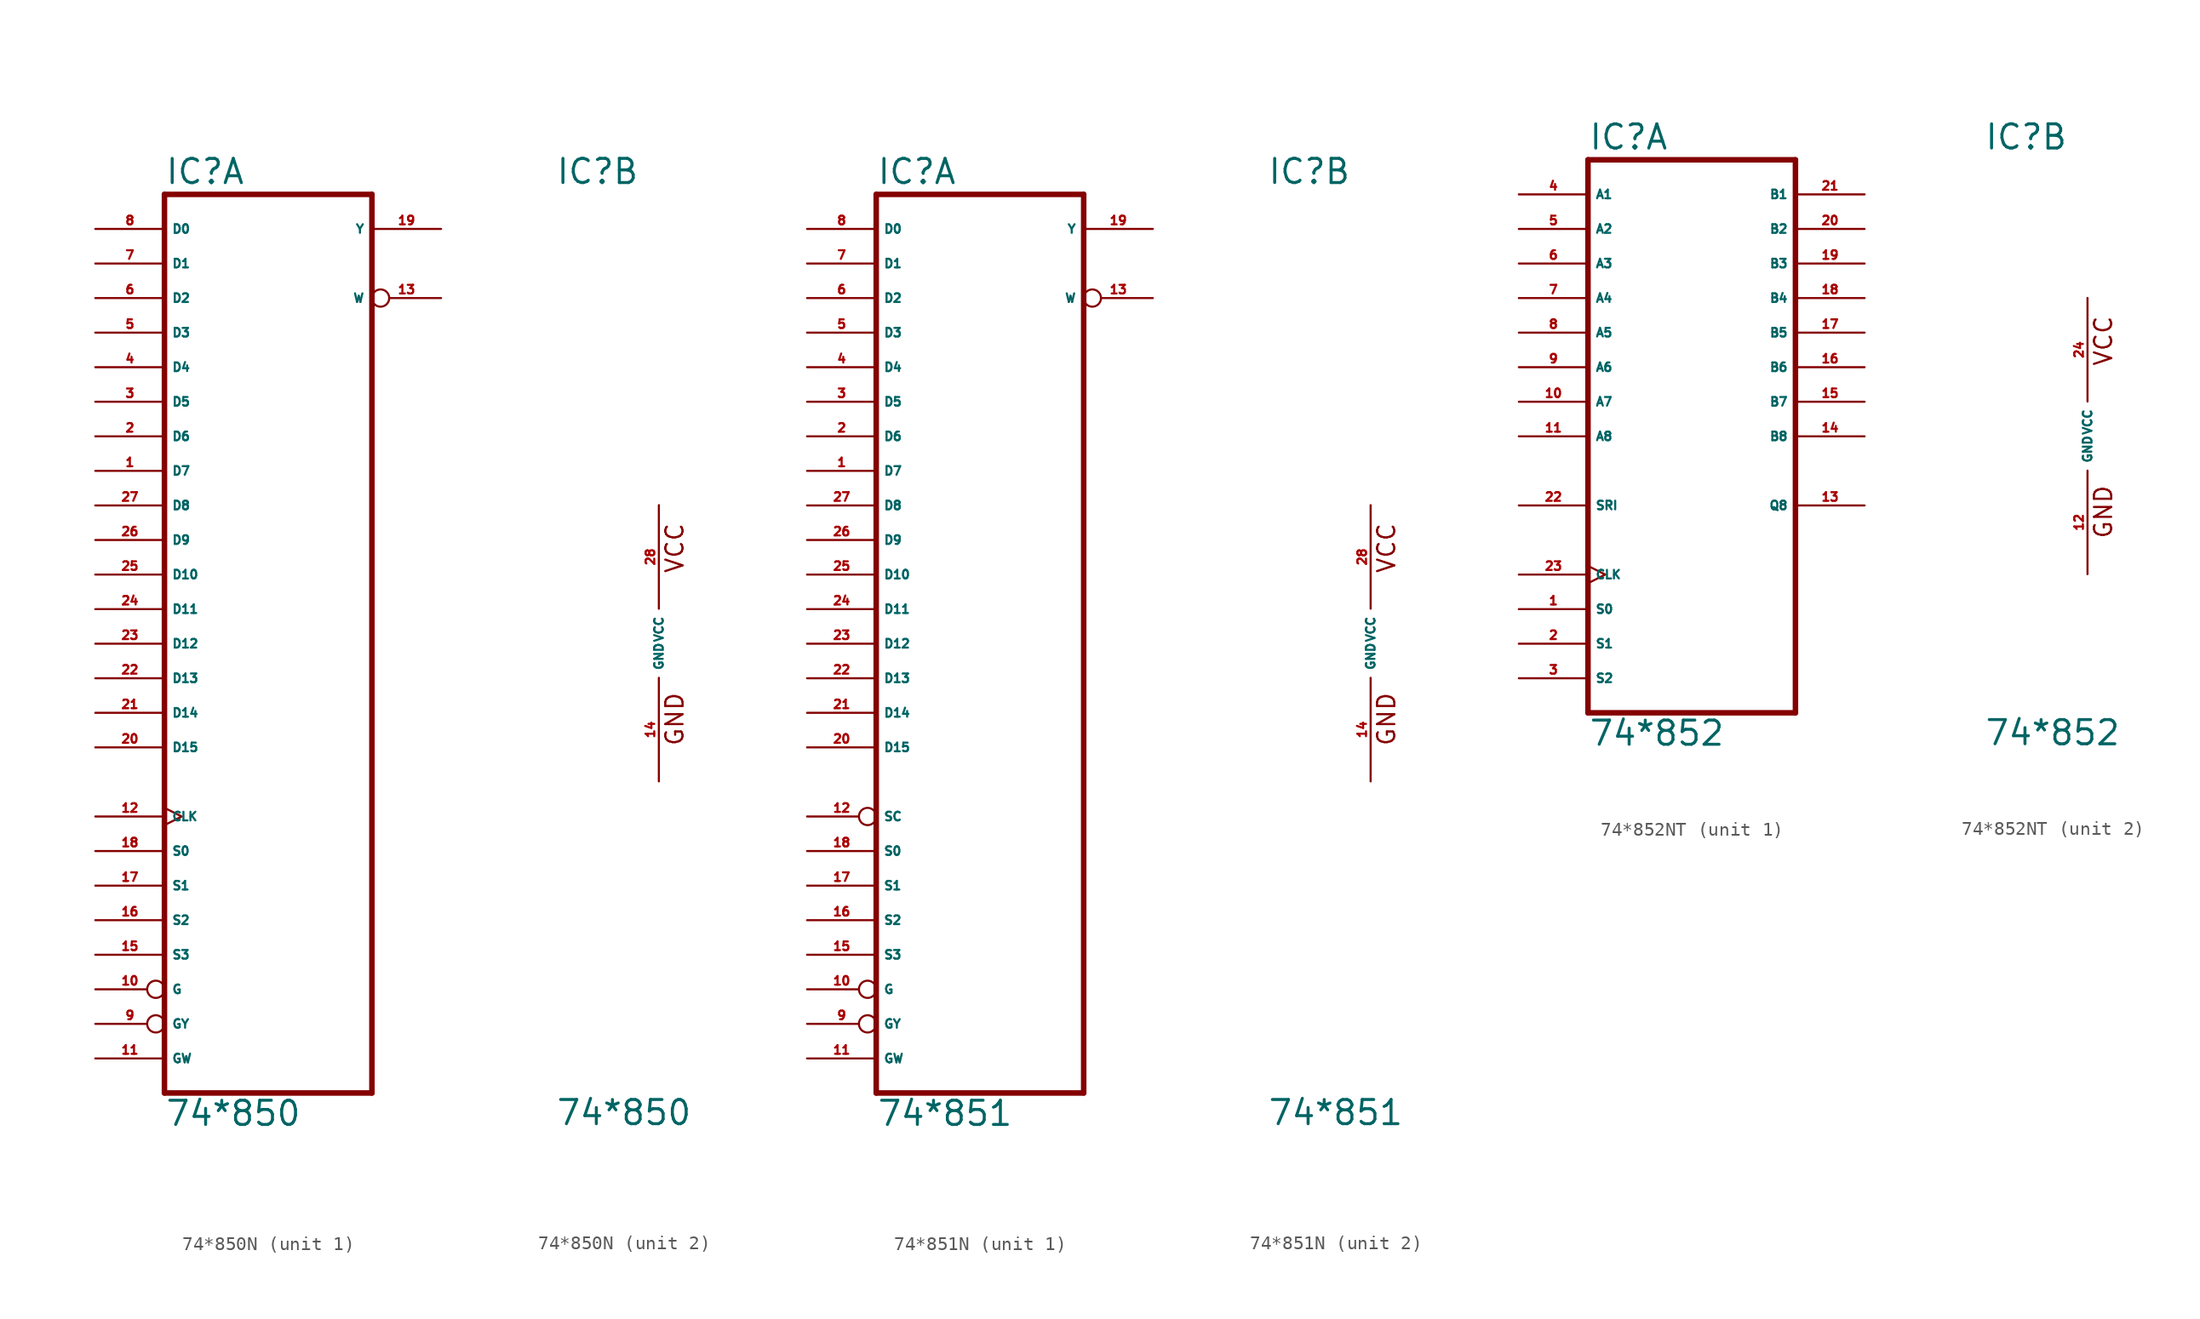
<source format=kicad_sym>
(kicad_symbol_lib
  (version 20220914)
  (generator Eagle2Kicad)
  (symbol "74*850N"
    (property "Reference" "IC"
      (at -7.62 33.655 0)
      (effects (font (size 1.778 1.778) (thickness 0.22)) (justify left bottom)))
    (property "Value" "74*850"
      (at -7.62 -35.56 0)
      (effects (font (size 1.778 1.778) (thickness 0.22)) (justify left bottom)))
    (symbol "74*850N_1_0"
      (polyline (pts (xy -7.62 -33.02) (xy 7.62 -33.02)) (stroke (width 0.406) (type default)) (fill (type none)))
      (polyline (pts (xy 7.62 -33.02) (xy 7.62 33.02)) (stroke (width 0.406) (type default)) (fill (type none)))
      (polyline (pts (xy 7.62 33.02) (xy -7.62 33.02)) (stroke (width 0.406) (type default)) (fill (type none)))
      (polyline (pts (xy -7.62 33.02) (xy -7.62 -33.02)) (stroke (width 0.406) (type default)) (fill (type none)))
      (pin input line (at -12.7 12.7 0) (length 5.08) (name "D7" (effects (font (size 0.635 0.635) (thickness 0.08)) (justify left bottom))) (number "1" (effects (font (size 0.635 0.635) (thickness 0.08)) (justify left bottom))))
      (pin input line (at -12.7 15.24 0) (length 5.08) (name "D6" (effects (font (size 0.635 0.635) (thickness 0.08)) (justify left bottom))) (number "2" (effects (font (size 0.635 0.635) (thickness 0.08)) (justify left bottom))))
      (pin input line (at -12.7 17.78 0) (length 5.08) (name "D5" (effects (font (size 0.635 0.635) (thickness 0.08)) (justify left bottom))) (number "3" (effects (font (size 0.635 0.635) (thickness 0.08)) (justify left bottom))))
      (pin input line (at -12.7 20.32 0) (length 5.08) (name "D4" (effects (font (size 0.635 0.635) (thickness 0.08)) (justify left bottom))) (number "4" (effects (font (size 0.635 0.635) (thickness 0.08)) (justify left bottom))))
      (pin input line (at -12.7 22.86 0) (length 5.08) (name "D3" (effects (font (size 0.635 0.635) (thickness 0.08)) (justify left bottom))) (number "5" (effects (font (size 0.635 0.635) (thickness 0.08)) (justify left bottom))))
      (pin input line (at -12.7 25.4 0) (length 5.08) (name "D2" (effects (font (size 0.635 0.635) (thickness 0.08)) (justify left bottom))) (number "6" (effects (font (size 0.635 0.635) (thickness 0.08)) (justify left bottom))))
      (pin input line (at -12.7 27.94 0) (length 5.08) (name "D1" (effects (font (size 0.635 0.635) (thickness 0.08)) (justify left bottom))) (number "7" (effects (font (size 0.635 0.635) (thickness 0.08)) (justify left bottom))))
      (pin input line (at -12.7 30.48 0) (length 5.08) (name "D0" (effects (font (size 0.635 0.635) (thickness 0.08)) (justify left bottom))) (number "8" (effects (font (size 0.635 0.635) (thickness 0.08)) (justify left bottom))))
      (pin input inverted (at -12.7 -27.94 0) (length 5.08) (name "GY" (effects (font (size 0.635 0.635) (thickness 0.08)) (justify left bottom))) (number "9" (effects (font (size 0.635 0.635) (thickness 0.08)) (justify left bottom))))
      (pin input inverted (at -12.7 -25.4 0) (length 5.08) (name "G" (effects (font (size 0.635 0.635) (thickness 0.08)) (justify left bottom))) (number "10" (effects (font (size 0.635 0.635) (thickness 0.08)) (justify left bottom))))
      (pin input line (at -12.7 -30.48 0) (length 5.08) (name "GW" (effects (font (size 0.635 0.635) (thickness 0.08)) (justify left bottom))) (number "11" (effects (font (size 0.635 0.635) (thickness 0.08)) (justify left bottom))))
      (pin input clock (at -12.7 -12.7 0) (length 5.08) (name "CLK" (effects (font (size 0.635 0.635) (thickness 0.08)) (justify left bottom))) (number "12" (effects (font (size 0.635 0.635) (thickness 0.08)) (justify left bottom))))
      (pin tri_state inverted (at 12.7 25.4 180) (length 5.08) (name "W" (effects (font (size 0.635 0.635) (thickness 0.08)) (justify left bottom))) (number "13" (effects (font (size 0.635 0.635) (thickness 0.08)) (justify left bottom))))
      (pin input line (at -12.7 -22.86 0) (length 5.08) (name "S3" (effects (font (size 0.635 0.635) (thickness 0.08)) (justify left bottom))) (number "15" (effects (font (size 0.635 0.635) (thickness 0.08)) (justify left bottom))))
      (pin input line (at -12.7 -20.32 0) (length 5.08) (name "S2" (effects (font (size 0.635 0.635) (thickness 0.08)) (justify left bottom))) (number "16" (effects (font (size 0.635 0.635) (thickness 0.08)) (justify left bottom))))
      (pin input line (at -12.7 -17.78 0) (length 5.08) (name "S1" (effects (font (size 0.635 0.635) (thickness 0.08)) (justify left bottom))) (number "17" (effects (font (size 0.635 0.635) (thickness 0.08)) (justify left bottom))))
      (pin input line (at -12.7 -15.24 0) (length 5.08) (name "S0" (effects (font (size 0.635 0.635) (thickness 0.08)) (justify left bottom))) (number "18" (effects (font (size 0.635 0.635) (thickness 0.08)) (justify left bottom))))
      (pin tri_state line (at 12.7 30.48 180) (length 5.08) (name "Y" (effects (font (size 0.635 0.635) (thickness 0.08)) (justify left bottom))) (number "19" (effects (font (size 0.635 0.635) (thickness 0.08)) (justify left bottom))))
      (pin input line (at -12.7 -7.62 0) (length 5.08) (name "D15" (effects (font (size 0.635 0.635) (thickness 0.08)) (justify left bottom))) (number "20" (effects (font (size 0.635 0.635) (thickness 0.08)) (justify left bottom))))
      (pin input line (at -12.7 -5.08 0) (length 5.08) (name "D14" (effects (font (size 0.635 0.635) (thickness 0.08)) (justify left bottom))) (number "21" (effects (font (size 0.635 0.635) (thickness 0.08)) (justify left bottom))))
      (pin input line (at -12.7 -2.54 0) (length 5.08) (name "D13" (effects (font (size 0.635 0.635) (thickness 0.08)) (justify left bottom))) (number "22" (effects (font (size 0.635 0.635) (thickness 0.08)) (justify left bottom))))
      (pin input line (at -12.7 0 0) (length 5.08) (name "D12" (effects (font (size 0.635 0.635) (thickness 0.08)) (justify left bottom))) (number "23" (effects (font (size 0.635 0.635) (thickness 0.08)) (justify left bottom))))
      (pin input line (at -12.7 2.54 0) (length 5.08) (name "D11" (effects (font (size 0.635 0.635) (thickness 0.08)) (justify left bottom))) (number "24" (effects (font (size 0.635 0.635) (thickness 0.08)) (justify left bottom))))
      (pin input line (at -12.7 5.08 0) (length 5.08) (name "D10" (effects (font (size 0.635 0.635) (thickness 0.08)) (justify left bottom))) (number "25" (effects (font (size 0.635 0.635) (thickness 0.08)) (justify left bottom))))
      (pin input line (at -12.7 7.62 0) (length 5.08) (name "D9" (effects (font (size 0.635 0.635) (thickness 0.08)) (justify left bottom))) (number "26" (effects (font (size 0.635 0.635) (thickness 0.08)) (justify left bottom))))
      (pin input line (at -12.7 10.16 0) (length 5.08) (name "D8" (effects (font (size 0.635 0.635) (thickness 0.08)) (justify left bottom))) (number "27" (effects (font (size 0.635 0.635) (thickness 0.08)) (justify left bottom)))))
    (symbol "74*850N_2_0"
      (text "GND" (at 1.905 -7.62 900) (effects (font (size 1.27 1.27) (thickness 0.16)) (justify left bottom)))
      (text "VCC" (at 1.905 5.08 900) (effects (font (size 1.27 1.27) (thickness 0.16)) (justify left bottom)))
      (pin unspecified line (at 0 -10.16 90) (length 7.62) (name "GND" (effects (font (size 0.635 0.635) (thickness 0.08)) (justify left bottom))) (number "14" (effects (font (size 0.635 0.635) (thickness 0.08)) (justify left bottom))))
      (pin unspecified line (at 0 10.16 270) (length 7.62) (name "VCC" (effects (font (size 0.635 0.635) (thickness 0.08)) (justify left bottom))) (number "28" (effects (font (size 0.635 0.635) (thickness 0.08)) (justify left bottom))))))
  (symbol "74*851N"
    (property "Reference" "IC"
      (at -7.62 33.655 0)
      (effects (font (size 1.778 1.778) (thickness 0.22)) (justify left bottom)))
    (property "Value" "74*851"
      (at -7.62 -35.56 0)
      (effects (font (size 1.778 1.778) (thickness 0.22)) (justify left bottom)))
    (symbol "74*851N_1_0"
      (polyline (pts (xy -7.62 -33.02) (xy 7.62 -33.02)) (stroke (width 0.406) (type default)) (fill (type none)))
      (polyline (pts (xy 7.62 -33.02) (xy 7.62 33.02)) (stroke (width 0.406) (type default)) (fill (type none)))
      (polyline (pts (xy 7.62 33.02) (xy -7.62 33.02)) (stroke (width 0.406) (type default)) (fill (type none)))
      (polyline (pts (xy -7.62 33.02) (xy -7.62 -33.02)) (stroke (width 0.406) (type default)) (fill (type none)))
      (pin input line (at -12.7 12.7 0) (length 5.08) (name "D7" (effects (font (size 0.635 0.635) (thickness 0.08)) (justify left bottom))) (number "1" (effects (font (size 0.635 0.635) (thickness 0.08)) (justify left bottom))))
      (pin input line (at -12.7 15.24 0) (length 5.08) (name "D6" (effects (font (size 0.635 0.635) (thickness 0.08)) (justify left bottom))) (number "2" (effects (font (size 0.635 0.635) (thickness 0.08)) (justify left bottom))))
      (pin input line (at -12.7 17.78 0) (length 5.08) (name "D5" (effects (font (size 0.635 0.635) (thickness 0.08)) (justify left bottom))) (number "3" (effects (font (size 0.635 0.635) (thickness 0.08)) (justify left bottom))))
      (pin input line (at -12.7 20.32 0) (length 5.08) (name "D4" (effects (font (size 0.635 0.635) (thickness 0.08)) (justify left bottom))) (number "4" (effects (font (size 0.635 0.635) (thickness 0.08)) (justify left bottom))))
      (pin input line (at -12.7 22.86 0) (length 5.08) (name "D3" (effects (font (size 0.635 0.635) (thickness 0.08)) (justify left bottom))) (number "5" (effects (font (size 0.635 0.635) (thickness 0.08)) (justify left bottom))))
      (pin input line (at -12.7 25.4 0) (length 5.08) (name "D2" (effects (font (size 0.635 0.635) (thickness 0.08)) (justify left bottom))) (number "6" (effects (font (size 0.635 0.635) (thickness 0.08)) (justify left bottom))))
      (pin input line (at -12.7 27.94 0) (length 5.08) (name "D1" (effects (font (size 0.635 0.635) (thickness 0.08)) (justify left bottom))) (number "7" (effects (font (size 0.635 0.635) (thickness 0.08)) (justify left bottom))))
      (pin input line (at -12.7 30.48 0) (length 5.08) (name "D0" (effects (font (size 0.635 0.635) (thickness 0.08)) (justify left bottom))) (number "8" (effects (font (size 0.635 0.635) (thickness 0.08)) (justify left bottom))))
      (pin input inverted (at -12.7 -27.94 0) (length 5.08) (name "GY" (effects (font (size 0.635 0.635) (thickness 0.08)) (justify left bottom))) (number "9" (effects (font (size 0.635 0.635) (thickness 0.08)) (justify left bottom))))
      (pin input inverted (at -12.7 -25.4 0) (length 5.08) (name "G" (effects (font (size 0.635 0.635) (thickness 0.08)) (justify left bottom))) (number "10" (effects (font (size 0.635 0.635) (thickness 0.08)) (justify left bottom))))
      (pin input line (at -12.7 -30.48 0) (length 5.08) (name "GW" (effects (font (size 0.635 0.635) (thickness 0.08)) (justify left bottom))) (number "11" (effects (font (size 0.635 0.635) (thickness 0.08)) (justify left bottom))))
      (pin input inverted (at -12.7 -12.7 0) (length 5.08) (name "SC" (effects (font (size 0.635 0.635) (thickness 0.08)) (justify left bottom))) (number "12" (effects (font (size 0.635 0.635) (thickness 0.08)) (justify left bottom))))
      (pin tri_state inverted (at 12.7 25.4 180) (length 5.08) (name "W" (effects (font (size 0.635 0.635) (thickness 0.08)) (justify left bottom))) (number "13" (effects (font (size 0.635 0.635) (thickness 0.08)) (justify left bottom))))
      (pin input line (at -12.7 -22.86 0) (length 5.08) (name "S3" (effects (font (size 0.635 0.635) (thickness 0.08)) (justify left bottom))) (number "15" (effects (font (size 0.635 0.635) (thickness 0.08)) (justify left bottom))))
      (pin input line (at -12.7 -20.32 0) (length 5.08) (name "S2" (effects (font (size 0.635 0.635) (thickness 0.08)) (justify left bottom))) (number "16" (effects (font (size 0.635 0.635) (thickness 0.08)) (justify left bottom))))
      (pin input line (at -12.7 -17.78 0) (length 5.08) (name "S1" (effects (font (size 0.635 0.635) (thickness 0.08)) (justify left bottom))) (number "17" (effects (font (size 0.635 0.635) (thickness 0.08)) (justify left bottom))))
      (pin input line (at -12.7 -15.24 0) (length 5.08) (name "S0" (effects (font (size 0.635 0.635) (thickness 0.08)) (justify left bottom))) (number "18" (effects (font (size 0.635 0.635) (thickness 0.08)) (justify left bottom))))
      (pin tri_state line (at 12.7 30.48 180) (length 5.08) (name "Y" (effects (font (size 0.635 0.635) (thickness 0.08)) (justify left bottom))) (number "19" (effects (font (size 0.635 0.635) (thickness 0.08)) (justify left bottom))))
      (pin input line (at -12.7 -7.62 0) (length 5.08) (name "D15" (effects (font (size 0.635 0.635) (thickness 0.08)) (justify left bottom))) (number "20" (effects (font (size 0.635 0.635) (thickness 0.08)) (justify left bottom))))
      (pin input line (at -12.7 -5.08 0) (length 5.08) (name "D14" (effects (font (size 0.635 0.635) (thickness 0.08)) (justify left bottom))) (number "21" (effects (font (size 0.635 0.635) (thickness 0.08)) (justify left bottom))))
      (pin input line (at -12.7 -2.54 0) (length 5.08) (name "D13" (effects (font (size 0.635 0.635) (thickness 0.08)) (justify left bottom))) (number "22" (effects (font (size 0.635 0.635) (thickness 0.08)) (justify left bottom))))
      (pin input line (at -12.7 0 0) (length 5.08) (name "D12" (effects (font (size 0.635 0.635) (thickness 0.08)) (justify left bottom))) (number "23" (effects (font (size 0.635 0.635) (thickness 0.08)) (justify left bottom))))
      (pin input line (at -12.7 2.54 0) (length 5.08) (name "D11" (effects (font (size 0.635 0.635) (thickness 0.08)) (justify left bottom))) (number "24" (effects (font (size 0.635 0.635) (thickness 0.08)) (justify left bottom))))
      (pin input line (at -12.7 5.08 0) (length 5.08) (name "D10" (effects (font (size 0.635 0.635) (thickness 0.08)) (justify left bottom))) (number "25" (effects (font (size 0.635 0.635) (thickness 0.08)) (justify left bottom))))
      (pin input line (at -12.7 7.62 0) (length 5.08) (name "D9" (effects (font (size 0.635 0.635) (thickness 0.08)) (justify left bottom))) (number "26" (effects (font (size 0.635 0.635) (thickness 0.08)) (justify left bottom))))
      (pin input line (at -12.7 10.16 0) (length 5.08) (name "D8" (effects (font (size 0.635 0.635) (thickness 0.08)) (justify left bottom))) (number "27" (effects (font (size 0.635 0.635) (thickness 0.08)) (justify left bottom)))))
    (symbol "74*851N_2_0"
      (text "GND" (at 1.905 -7.62 900) (effects (font (size 1.27 1.27) (thickness 0.16)) (justify left bottom)))
      (text "VCC" (at 1.905 5.08 900) (effects (font (size 1.27 1.27) (thickness 0.16)) (justify left bottom)))
      (pin unspecified line (at 0 -10.16 90) (length 7.62) (name "GND" (effects (font (size 0.635 0.635) (thickness 0.08)) (justify left bottom))) (number "14" (effects (font (size 0.635 0.635) (thickness 0.08)) (justify left bottom))))
      (pin unspecified line (at 0 10.16 270) (length 7.62) (name "VCC" (effects (font (size 0.635 0.635) (thickness 0.08)) (justify left bottom))) (number "28" (effects (font (size 0.635 0.635) (thickness 0.08)) (justify left bottom))))))
  (symbol "74*852NT"
    (property "Reference" "IC"
      (at -7.62 20.955 0)
      (effects (font (size 1.778 1.778) (thickness 0.22)) (justify left bottom)))
    (property "Value" "74*852"
      (at -7.62 -22.86 0)
      (effects (font (size 1.778 1.778) (thickness 0.22)) (justify left bottom)))
    (symbol "74*852NT_1_0"
      (polyline (pts (xy -7.62 -20.32) (xy 7.62 -20.32)) (stroke (width 0.406) (type default)) (fill (type none)))
      (polyline (pts (xy 7.62 -20.32) (xy 7.62 20.32)) (stroke (width 0.406) (type default)) (fill (type none)))
      (polyline (pts (xy 7.62 20.32) (xy -7.62 20.32)) (stroke (width 0.406) (type default)) (fill (type none)))
      (polyline (pts (xy -7.62 20.32) (xy -7.62 -20.32)) (stroke (width 0.406) (type default)) (fill (type none)))
      (pin input line (at -12.7 -12.7 0) (length 5.08) (name "S0" (effects (font (size 0.635 0.635) (thickness 0.08)) (justify left bottom))) (number "1" (effects (font (size 0.635 0.635) (thickness 0.08)) (justify left bottom))))
      (pin input line (at -12.7 -15.24 0) (length 5.08) (name "S1" (effects (font (size 0.635 0.635) (thickness 0.08)) (justify left bottom))) (number "2" (effects (font (size 0.635 0.635) (thickness 0.08)) (justify left bottom))))
      (pin input line (at -12.7 -17.78 0) (length 5.08) (name "S2" (effects (font (size 0.635 0.635) (thickness 0.08)) (justify left bottom))) (number "3" (effects (font (size 0.635 0.635) (thickness 0.08)) (justify left bottom))))
      (pin bidirectional line (at -12.7 17.78 0) (length 5.08) (name "A1" (effects (font (size 0.635 0.635) (thickness 0.08)) (justify left bottom))) (number "4" (effects (font (size 0.635 0.635) (thickness 0.08)) (justify left bottom))))
      (pin bidirectional line (at -12.7 15.24 0) (length 5.08) (name "A2" (effects (font (size 0.635 0.635) (thickness 0.08)) (justify left bottom))) (number "5" (effects (font (size 0.635 0.635) (thickness 0.08)) (justify left bottom))))
      (pin bidirectional line (at -12.7 12.7 0) (length 5.08) (name "A3" (effects (font (size 0.635 0.635) (thickness 0.08)) (justify left bottom))) (number "6" (effects (font (size 0.635 0.635) (thickness 0.08)) (justify left bottom))))
      (pin bidirectional line (at -12.7 10.16 0) (length 5.08) (name "A4" (effects (font (size 0.635 0.635) (thickness 0.08)) (justify left bottom))) (number "7" (effects (font (size 0.635 0.635) (thickness 0.08)) (justify left bottom))))
      (pin bidirectional line (at -12.7 7.62 0) (length 5.08) (name "A5" (effects (font (size 0.635 0.635) (thickness 0.08)) (justify left bottom))) (number "8" (effects (font (size 0.635 0.635) (thickness 0.08)) (justify left bottom))))
      (pin bidirectional line (at -12.7 5.08 0) (length 5.08) (name "A6" (effects (font (size 0.635 0.635) (thickness 0.08)) (justify left bottom))) (number "9" (effects (font (size 0.635 0.635) (thickness 0.08)) (justify left bottom))))
      (pin bidirectional line (at -12.7 2.54 0) (length 5.08) (name "A7" (effects (font (size 0.635 0.635) (thickness 0.08)) (justify left bottom))) (number "10" (effects (font (size 0.635 0.635) (thickness 0.08)) (justify left bottom))))
      (pin bidirectional line (at -12.7 0 0) (length 5.08) (name "A8" (effects (font (size 0.635 0.635) (thickness 0.08)) (justify left bottom))) (number "11" (effects (font (size 0.635 0.635) (thickness 0.08)) (justify left bottom))))
      (pin tri_state line (at 12.7 -5.08 180) (length 5.08) (name "Q8" (effects (font (size 0.635 0.635) (thickness 0.08)) (justify left bottom))) (number "13" (effects (font (size 0.635 0.635) (thickness 0.08)) (justify left bottom))))
      (pin bidirectional line (at 12.7 0 180) (length 5.08) (name "B8" (effects (font (size 0.635 0.635) (thickness 0.08)) (justify left bottom))) (number "14" (effects (font (size 0.635 0.635) (thickness 0.08)) (justify left bottom))))
      (pin bidirectional line (at 12.7 2.54 180) (length 5.08) (name "B7" (effects (font (size 0.635 0.635) (thickness 0.08)) (justify left bottom))) (number "15" (effects (font (size 0.635 0.635) (thickness 0.08)) (justify left bottom))))
      (pin bidirectional line (at 12.7 5.08 180) (length 5.08) (name "B6" (effects (font (size 0.635 0.635) (thickness 0.08)) (justify left bottom))) (number "16" (effects (font (size 0.635 0.635) (thickness 0.08)) (justify left bottom))))
      (pin bidirectional line (at 12.7 7.62 180) (length 5.08) (name "B5" (effects (font (size 0.635 0.635) (thickness 0.08)) (justify left bottom))) (number "17" (effects (font (size 0.635 0.635) (thickness 0.08)) (justify left bottom))))
      (pin bidirectional line (at 12.7 10.16 180) (length 5.08) (name "B4" (effects (font (size 0.635 0.635) (thickness 0.08)) (justify left bottom))) (number "18" (effects (font (size 0.635 0.635) (thickness 0.08)) (justify left bottom))))
      (pin bidirectional line (at 12.7 12.7 180) (length 5.08) (name "B3" (effects (font (size 0.635 0.635) (thickness 0.08)) (justify left bottom))) (number "19" (effects (font (size 0.635 0.635) (thickness 0.08)) (justify left bottom))))
      (pin bidirectional line (at 12.7 15.24 180) (length 5.08) (name "B2" (effects (font (size 0.635 0.635) (thickness 0.08)) (justify left bottom))) (number "20" (effects (font (size 0.635 0.635) (thickness 0.08)) (justify left bottom))))
      (pin bidirectional line (at 12.7 17.78 180) (length 5.08) (name "B1" (effects (font (size 0.635 0.635) (thickness 0.08)) (justify left bottom))) (number "21" (effects (font (size 0.635 0.635) (thickness 0.08)) (justify left bottom))))
      (pin input line (at -12.7 -5.08 0) (length 5.08) (name "SRI" (effects (font (size 0.635 0.635) (thickness 0.08)) (justify left bottom))) (number "22" (effects (font (size 0.635 0.635) (thickness 0.08)) (justify left bottom))))
      (pin input clock (at -12.7 -10.16 0) (length 5.08) (name "CLK" (effects (font (size 0.635 0.635) (thickness 0.08)) (justify left bottom))) (number "23" (effects (font (size 0.635 0.635) (thickness 0.08)) (justify left bottom)))))
    (symbol "74*852NT_2_0"
      (text "GND" (at 1.905 -7.62 900) (effects (font (size 1.27 1.27) (thickness 0.16)) (justify left bottom)))
      (text "VCC" (at 1.905 5.08 900) (effects (font (size 1.27 1.27) (thickness 0.16)) (justify left bottom)))
      (pin unspecified line (at 0 -10.16 90) (length 7.62) (name "GND" (effects (font (size 0.635 0.635) (thickness 0.08)) (justify left bottom))) (number "12" (effects (font (size 0.635 0.635) (thickness 0.08)) (justify left bottom))))
      (pin unspecified line (at 0 10.16 270) (length 7.62) (name "VCC" (effects (font (size 0.635 0.635) (thickness 0.08)) (justify left bottom))) (number "24" (effects (font (size 0.635 0.635) (thickness 0.08)) (justify left bottom)))))))
</source>
